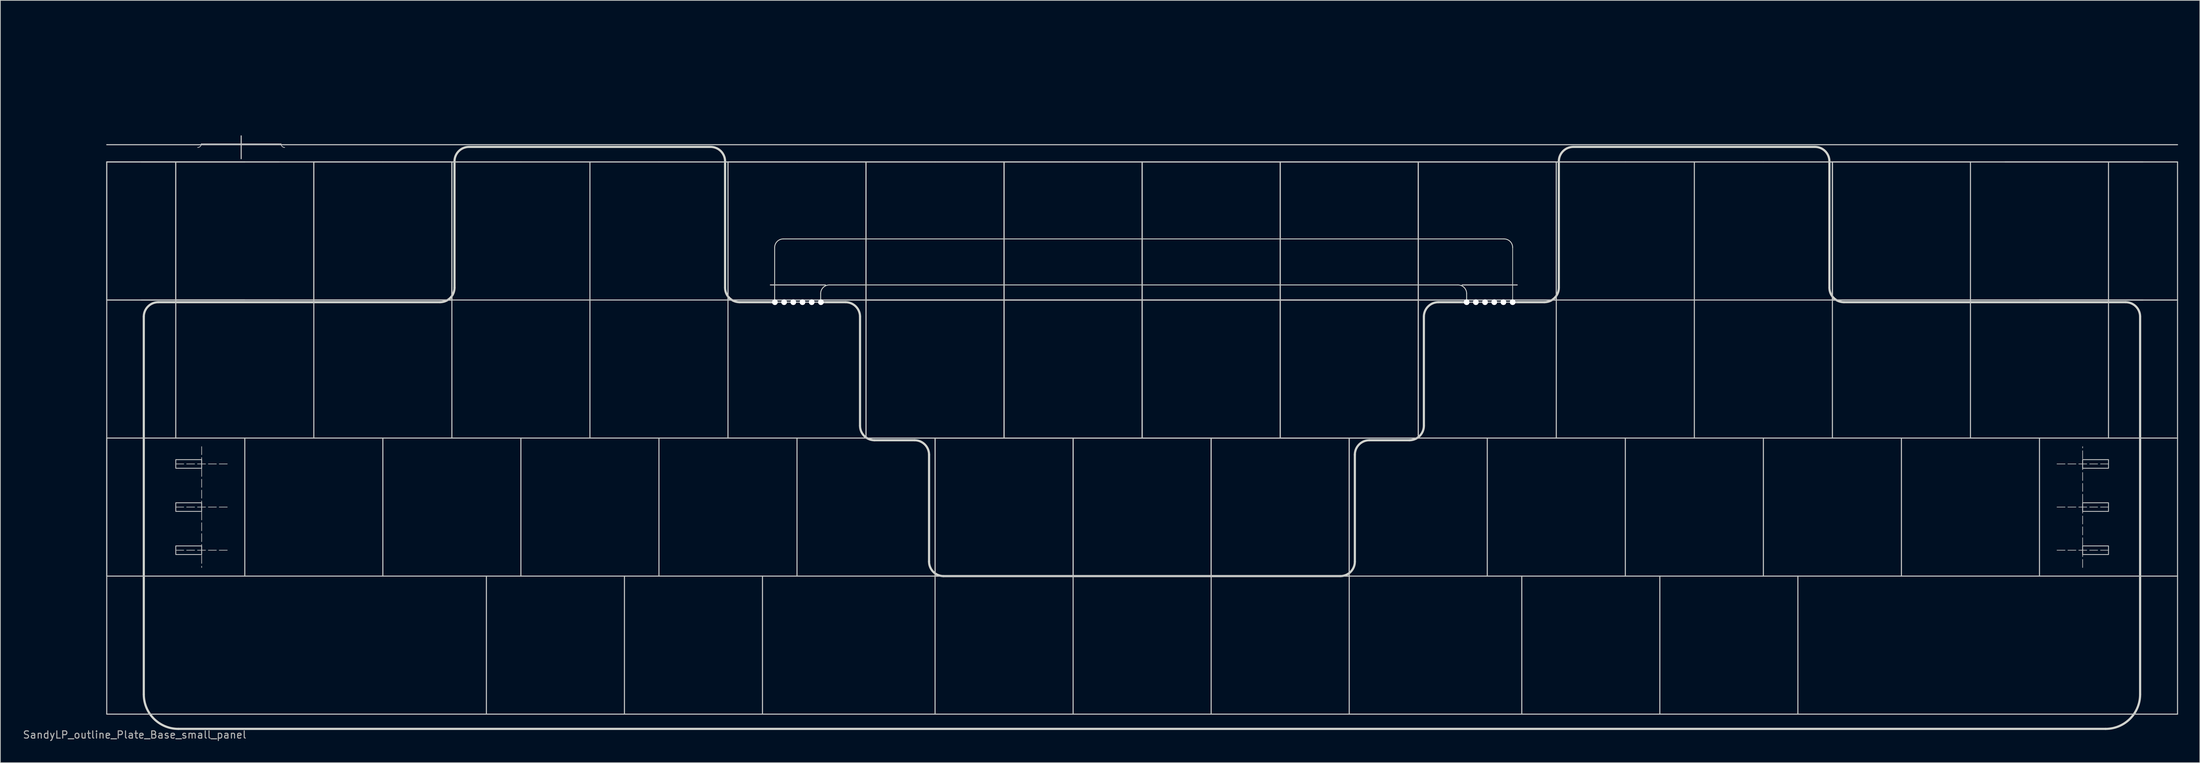
<source format=kicad_pcb>
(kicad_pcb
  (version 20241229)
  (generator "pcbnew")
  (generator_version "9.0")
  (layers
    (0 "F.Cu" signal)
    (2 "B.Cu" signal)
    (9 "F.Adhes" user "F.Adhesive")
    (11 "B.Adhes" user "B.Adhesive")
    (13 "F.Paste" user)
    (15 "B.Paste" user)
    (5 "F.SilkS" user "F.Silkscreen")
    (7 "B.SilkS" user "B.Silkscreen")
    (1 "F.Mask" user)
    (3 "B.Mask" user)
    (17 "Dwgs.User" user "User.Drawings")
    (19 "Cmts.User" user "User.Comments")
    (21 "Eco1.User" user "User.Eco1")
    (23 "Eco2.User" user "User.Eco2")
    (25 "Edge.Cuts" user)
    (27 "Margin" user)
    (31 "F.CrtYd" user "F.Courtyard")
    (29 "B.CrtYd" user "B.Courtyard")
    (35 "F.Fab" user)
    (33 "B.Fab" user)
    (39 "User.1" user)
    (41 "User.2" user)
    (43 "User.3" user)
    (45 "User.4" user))
  (footprint "SandyLP_outline_Plate_Base_small_panel"
    (layer "F.Cu")
    (at 11.68 0.25)
    (property "Reference" "SandyLP_outline_Plate_Base_small_panel" (at 3.85 98.1 0) (layer "F.Fab") (effects (font (size 1 1) (thickness 0.15))))
    (attr through_hole)
    (fp_rect (start 9.525 60.127) (end 13.097 61.317) (stroke (width 0.1) (type solid)) (fill yes) (layer "F.Mask"))
    (fp_rect (start 9.525 66.08) (end 13.097 67.27) (stroke (width 0.1) (type solid)) (fill yes) (layer "F.Mask"))
    (fp_rect (start 9.525 72.033) (end 13.097 73.223) (stroke (width 0.1) (type solid)) (fill yes) (layer "F.Mask"))
    (fp_rect (start 276.225 61.317) (end 272.653 60.127) (stroke (width 0.1) (type solid)) (fill yes) (layer "F.Mask"))
    (fp_rect (start 276.225 67.27) (end 272.653 66.08) (stroke (width 0.1) (type solid)) (fill yes) (layer "F.Mask"))
    (fp_rect (start 276.225 73.223) (end 272.653 72.033) (stroke (width 0.1) (type solid)) (fill yes) (layer "F.Mask"))
    (fp_rect (start 9.525 60.127) (end 13.097 61.343) (stroke (width 0.1) (type solid)) (fill yes) (layer "B.Mask"))
    (fp_rect (start 9.525 66.08) (end 13.097 67.296) (stroke (width 0.1) (type solid)) (fill yes) (layer "B.Mask"))
    (fp_rect (start 9.525 72.033) (end 13.097 73.249) (stroke (width 0.1) (type solid)) (fill yes) (layer "B.Mask"))
    (fp_rect (start 276.225 61.317) (end 272.653 60.101) (stroke (width 0.1) (type solid)) (fill yes) (layer "B.Mask"))
    (fp_rect (start 276.225 67.27) (end 272.653 66.054) (stroke (width 0.1) (type solid)) (fill yes) (layer "B.Mask"))
    (fp_rect (start 276.225 73.223) (end 272.653 72.007) (stroke (width 0.1) (type solid)) (fill yes) (layer "B.Mask"))
    (fp_line (start 0 19.05) (end 0 38.1) (stroke (width 0.15) (type solid)) (layer "Dwgs.User"))
    (fp_line (start 0 19.05) (end 0 38.1) (stroke (width 0.15) (type solid)) (layer "Dwgs.User"))
    (fp_line (start 0 38.1) (end 19.05 38.1) (stroke (width 0.15) (type solid)) (layer "Dwgs.User"))
    (fp_line (start 0 57.15) (end 0 38.1) (stroke (width 0.15) (type solid)) (layer "Dwgs.User"))
    (fp_line (start 0 57.15) (end 104.775 57.15) (stroke (width 0.15) (type solid)) (layer "Dwgs.User"))
    (fp_line (start 0 76.2) (end 0 57.15) (stroke (width 0.15) (type solid)) (layer "Dwgs.User"))
    (fp_line (start 0 76.2) (end 0 57.15) (stroke (width 0.15) (type solid)) (layer "Dwgs.User"))
    (fp_line (start 0 76.2) (end 0 95.25) (stroke (width 0.15) (type solid)) (layer "Dwgs.User"))
    (fp_line (start 0 95.25) (end 285.75 95.25) (stroke (width 0.15) (type solid)) (layer "Dwgs.User"))
    (fp_line (start 4.763 19.05) (end 23.812 19.05) (stroke (width 0.15) (type solid)) (layer "Dwgs.User"))
    (fp_line (start 9.525 38.1) (end 9.525 19.05) (stroke (width 0.15) (type solid)) (layer "Dwgs.User"))
    (fp_line (start 9.525 38.1) (end 9.525 19.05) (stroke (width 0.15) (type solid)) (layer "Dwgs.User"))
    (fp_line (start 9.525 38.1) (end 9.525 57.15) (stroke (width 0.15) (type solid)) (layer "Dwgs.User"))
    (fp_line (start 13.05 16.55) (end 24.05 16.55) (stroke (width 0.1) (type solid)) (layer "Dwgs.User"))
    (fp_line (start 18.55 15.45) (end 18.55 18.6) (stroke (width 0.15) (type solid)) (layer "Dwgs.User"))
    (fp_line (start 19.05 19.05) (end 0 19.05) (stroke (width 0.15) (type solid)) (layer "Dwgs.User"))
    (fp_line (start 19.05 19.05) (end 0 19.05) (stroke (width 0.15) (type solid)) (layer "Dwgs.User"))
    (fp_line (start 19.05 38.1) (end 0 38.1) (stroke (width 0.15) (type solid)) (layer "Dwgs.User"))
    (fp_line (start 19.05 57.15) (end 19.05 76.2) (stroke (width 0.15) (type solid)) (layer "Dwgs.User"))
    (fp_line (start 23.812 38.1) (end 4.763 38.1) (stroke (width 0.15) (type solid)) (layer "Dwgs.User"))
    (fp_line (start 28.575 19.05) (end 47.625 19.05) (stroke (width 0.15) (type solid)) (layer "Dwgs.User"))
    (fp_line (start 28.575 38.1) (end 9.525 38.1) (stroke (width 0.15) (type solid)) (layer "Dwgs.User"))
    (fp_line (start 28.575 38.1) (end 9.525 38.1) (stroke (width 0.15) (type solid)) (layer "Dwgs.User"))
    (fp_line (start 28.575 38.1) (end 9.525 38.1) (stroke (width 0.15) (type solid)) (layer "Dwgs.User"))
    (fp_line (start 28.575 38.1) (end 28.575 19.05) (stroke (width 0.15) (type solid)) (layer "Dwgs.User"))
    (fp_line (start 28.575 38.1) (end 28.575 19.05) (stroke (width 0.15) (type solid)) (layer "Dwgs.User"))
    (fp_line (start 28.575 38.1) (end 28.575 57.15) (stroke (width 0.15) (type solid)) (layer "Dwgs.User"))
    (fp_line (start 38.1 19.05) (end 19.05 19.05) (stroke (width 0.15) (type solid)) (layer "Dwgs.User"))
    (fp_line (start 38.1 57.15) (end 38.1 76.2) (stroke (width 0.15) (type solid)) (layer "Dwgs.User"))
    (fp_line (start 47.625 19.05) (end 47.625 38.1) (stroke (width 0.15) (type solid)) (layer "Dwgs.User"))
    (fp_line (start 47.625 19.05) (end 47.625 38.1) (stroke (width 0.15) (type solid)) (layer "Dwgs.User"))
    (fp_line (start 47.625 19.05) (end 47.625 38.1) (stroke (width 0.15) (type solid)) (layer "Dwgs.User"))
    (fp_line (start 47.625 38.1) (end 28.575 38.1) (stroke (width 0.15) (type solid)) (layer "Dwgs.User"))
    (fp_line (start 47.625 38.1) (end 28.575 38.1) (stroke (width 0.15) (type solid)) (layer "Dwgs.User"))
    (fp_line (start 47.625 38.1) (end 28.575 38.1) (stroke (width 0.15) (type solid)) (layer "Dwgs.User"))
    (fp_line (start 47.625 38.1) (end 47.625 57.15) (stroke (width 0.15) (type solid)) (layer "Dwgs.User"))
    (fp_line (start 47.625 38.1) (end 85.725 38.1) (stroke (width 0.15) (type solid)) (layer "Dwgs.User"))
    (fp_line (start 52.388 76.2) (end 52.388 95.25) (stroke (width 0.15) (type solid)) (layer "Dwgs.User"))
    (fp_line (start 57.15 19.05) (end 38.1 19.05) (stroke (width 0.15) (type solid)) (layer "Dwgs.User"))
    (fp_line (start 57.15 57.15) (end 57.15 76.2) (stroke (width 0.15) (type solid)) (layer "Dwgs.User"))
    (fp_line (start 66.675 19.05) (end 66.675 38.1) (stroke (width 0.15) (type solid)) (layer "Dwgs.User"))
    (fp_line (start 66.675 38.1) (end 66.675 57.15) (stroke (width 0.15) (type solid)) (layer "Dwgs.User"))
    (fp_line (start 71.438 76.2) (end 71.438 95.25) (stroke (width 0.15) (type solid)) (layer "Dwgs.User"))
    (fp_line (start 76.2 19.05) (end 57.15 19.05) (stroke (width 0.15) (type solid)) (layer "Dwgs.User"))
    (fp_line (start 76.2 57.15) (end 76.2 76.2) (stroke (width 0.15) (type solid)) (layer "Dwgs.User"))
    (fp_line (start 85.725 19.05) (end 104.775 19.05) (stroke (width 0.15) (type solid)) (layer "Dwgs.User"))
    (fp_line (start 85.725 38.1) (end 85.725 19.05) (stroke (width 0.15) (type solid)) (layer "Dwgs.User"))
    (fp_line (start 85.725 38.1) (end 85.725 19.05) (stroke (width 0.15) (type solid)) (layer "Dwgs.User"))
    (fp_line (start 85.725 38.1) (end 85.725 57.15) (stroke (width 0.15) (type solid)) (layer "Dwgs.User"))
    (fp_line (start 90.487 76.2) (end 90.487 95.25) (stroke (width 0.15) (type solid)) (layer "Dwgs.User"))
    (fp_line (start 95.25 19.05) (end 76.2 19.05) (stroke (width 0.15) (type solid)) (layer "Dwgs.User"))
    (fp_line (start 95.25 57.15) (end 95.25 76.2) (stroke (width 0.15) (type solid)) (layer "Dwgs.User"))
    (fp_line (start 99.175 36.019) (end 91.575 36.019) (stroke (width 0.15) (type solid)) (layer "Dwgs.User"))
    (fp_line (start 99.175 38.4) (end 91.575 38.4) (stroke (width 0.15) (type solid)) (layer "Dwgs.User"))
    (fp_line (start 104.775 19.05) (end 104.775 38.1) (stroke (width 0.15) (type solid)) (layer "Dwgs.User"))
    (fp_line (start 104.775 19.05) (end 123.825 19.05) (stroke (width 0.15) (type solid)) (layer "Dwgs.User"))
    (fp_line (start 104.775 38.1) (end 85.725 38.1) (stroke (width 0.15) (type solid)) (layer "Dwgs.User"))
    (fp_line (start 104.775 38.1) (end 85.725 38.1) (stroke (width 0.15) (type solid)) (layer "Dwgs.User"))
    (fp_line (start 104.775 38.1) (end 104.775 19.05) (stroke (width 0.15) (type solid)) (layer "Dwgs.User"))
    (fp_line (start 104.775 38.1) (end 104.775 19.05) (stroke (width 0.15) (type solid)) (layer "Dwgs.User"))
    (fp_line (start 104.775 38.1) (end 123.825 38.1) (stroke (width 0.15) (type solid)) (layer "Dwgs.User"))
    (fp_line (start 104.775 38.1) (end 123.825 38.1) (stroke (width 0.15) (type solid)) (layer "Dwgs.User"))
    (fp_line (start 104.775 57.15) (end 104.775 38.1) (stroke (width 0.15) (type solid)) (layer "Dwgs.User"))
    (fp_line (start 104.775 57.15) (end 104.775 38.1) (stroke (width 0.15) (type solid)) (layer "Dwgs.User"))
    (fp_line (start 114.3 19.05) (end 95.25 19.05) (stroke (width 0.15) (type solid)) (layer "Dwgs.User"))
    (fp_line (start 114.3 57.15) (end 133.35 57.15) (stroke (width 0.15) (type solid)) (layer "Dwgs.User"))
    (fp_line (start 114.3 57.15) (end 133.35 57.15) (stroke (width 0.15) (type solid)) (layer "Dwgs.User"))
    (fp_line (start 114.3 76.2) (end 0 76.2) (stroke (width 0.15) (type solid)) (layer "Dwgs.User"))
    (fp_line (start 114.3 76.2) (end 114.3 57.15) (stroke (width 0.15) (type solid)) (layer "Dwgs.User"))
    (fp_line (start 114.3 76.2) (end 114.3 57.15) (stroke (width 0.15) (type solid)) (layer "Dwgs.User"))
    (fp_line (start 114.3 76.2) (end 114.3 95.25) (stroke (width 0.15) (type solid)) (layer "Dwgs.User"))
    (fp_line (start 114.3 76.2) (end 133.35 76.2) (stroke (width 0.15) (type solid)) (layer "Dwgs.User"))
    (fp_line (start 123.825 19.05) (end 123.825 38.1) (stroke (width 0.15) (type solid)) (layer "Dwgs.User"))
    (fp_line (start 123.825 19.05) (end 123.825 38.1) (stroke (width 0.15) (type solid)) (layer "Dwgs.User"))
    (fp_line (start 123.825 19.05) (end 142.875 19.05) (stroke (width 0.15) (type solid)) (layer "Dwgs.User"))
    (fp_line (start 123.825 38.1) (end 104.775 38.1) (stroke (width 0.15) (type solid)) (layer "Dwgs.User"))
    (fp_line (start 123.825 38.1) (end 104.775 38.1) (stroke (width 0.15) (type solid)) (layer "Dwgs.User"))
    (fp_line (start 123.825 38.1) (end 123.825 19.05) (stroke (width 0.15) (type solid)) (layer "Dwgs.User"))
    (fp_line (start 123.825 38.1) (end 123.825 57.15) (stroke (width 0.15) (type solid)) (layer "Dwgs.User"))
    (fp_line (start 123.825 38.1) (end 142.875 38.1) (stroke (width 0.15) (type solid)) (layer "Dwgs.User"))
    (fp_line (start 123.825 38.1) (end 142.875 38.1) (stroke (width 0.15) (type solid)) (layer "Dwgs.User"))
    (fp_line (start 123.825 57.15) (end 104.775 57.15) (stroke (width 0.15) (type solid)) (layer "Dwgs.User"))
    (fp_line (start 123.825 57.15) (end 104.775 57.15) (stroke (width 0.15) (type solid)) (layer "Dwgs.User"))
    (fp_line (start 123.825 57.15) (end 123.825 38.1) (stroke (width 0.15) (type solid)) (layer "Dwgs.User"))
    (fp_line (start 123.825 57.15) (end 123.825 38.1) (stroke (width 0.15) (type solid)) (layer "Dwgs.User"))
    (fp_line (start 133.35 19.05) (end 114.3 19.05) (stroke (width 0.15) (type solid)) (layer "Dwgs.User"))
    (fp_line (start 133.35 57.15) (end 133.35 76.2) (stroke (width 0.15) (type solid)) (layer "Dwgs.User"))
    (fp_line (start 133.35 57.15) (end 152.4 57.15) (stroke (width 0.15) (type solid)) (layer "Dwgs.User"))
    (fp_line (start 133.35 57.15) (end 152.4 57.15) (stroke (width 0.15) (type solid)) (layer "Dwgs.User"))
    (fp_line (start 133.35 76.2) (end 114.3 76.2) (stroke (width 0.15) (type solid)) (layer "Dwgs.User"))
    (fp_line (start 133.35 76.2) (end 114.3 76.2) (stroke (width 0.15) (type solid)) (layer "Dwgs.User"))
    (fp_line (start 133.35 76.2) (end 133.35 57.15) (stroke (width 0.15) (type solid)) (layer "Dwgs.User"))
    (fp_line (start 133.35 76.2) (end 133.35 57.15) (stroke (width 0.15) (type solid)) (layer "Dwgs.User"))
    (fp_line (start 133.35 76.2) (end 133.35 95.25) (stroke (width 0.15) (type solid)) (layer "Dwgs.User"))
    (fp_line (start 142.875 19.05) (end 142.875 38.1) (stroke (width 0.15) (type solid)) (layer "Dwgs.User"))
    (fp_line (start 142.875 19.05) (end 142.875 38.1) (stroke (width 0.15) (type solid)) (layer "Dwgs.User"))
    (fp_line (start 142.875 19.05) (end 161.925 19.05) (stroke (width 0.15) (type solid)) (layer "Dwgs.User"))
    (fp_line (start 142.875 38.1) (end 123.825 38.1) (stroke (width 0.15) (type solid)) (layer "Dwgs.User"))
    (fp_line (start 142.875 38.1) (end 123.825 38.1) (stroke (width 0.15) (type solid)) (layer "Dwgs.User"))
    (fp_line (start 142.875 38.1) (end 142.875 19.05) (stroke (width 0.15) (type solid)) (layer "Dwgs.User"))
    (fp_line (start 142.875 38.1) (end 142.875 57.15) (stroke (width 0.15) (type solid)) (layer "Dwgs.User"))
    (fp_line (start 142.875 38.1) (end 161.925 38.1) (stroke (width 0.15) (type solid)) (layer "Dwgs.User"))
    (fp_line (start 142.875 38.1) (end 161.925 38.1) (stroke (width 0.15) (type solid)) (layer "Dwgs.User"))
    (fp_line (start 142.875 57.15) (end 123.825 57.15) (stroke (width 0.15) (type solid)) (layer "Dwgs.User"))
    (fp_line (start 142.875 57.15) (end 123.825 57.15) (stroke (width 0.15) (type solid)) (layer "Dwgs.User"))
    (fp_line (start 142.875 57.15) (end 142.875 38.1) (stroke (width 0.15) (type solid)) (layer "Dwgs.User"))
    (fp_line (start 142.875 57.15) (end 142.875 38.1) (stroke (width 0.15) (type solid)) (layer "Dwgs.User"))
    (fp_line (start 152.4 19.05) (end 133.35 19.05) (stroke (width 0.15) (type solid)) (layer "Dwgs.User"))
    (fp_line (start 152.4 57.15) (end 152.4 76.2) (stroke (width 0.15) (type solid)) (layer "Dwgs.User"))
    (fp_line (start 152.4 57.15) (end 171.45 57.15) (stroke (width 0.15) (type solid)) (layer "Dwgs.User"))
    (fp_line (start 152.4 57.15) (end 171.45 57.15) (stroke (width 0.15) (type solid)) (layer "Dwgs.User"))
    (fp_line (start 152.4 76.2) (end 133.35 76.2) (stroke (width 0.15) (type solid)) (layer "Dwgs.User"))
    (fp_line (start 152.4 76.2) (end 133.35 76.2) (stroke (width 0.15) (type solid)) (layer "Dwgs.User"))
    (fp_line (start 152.4 76.2) (end 152.4 57.15) (stroke (width 0.15) (type solid)) (layer "Dwgs.User"))
    (fp_line (start 152.4 76.2) (end 152.4 57.15) (stroke (width 0.15) (type solid)) (layer "Dwgs.User"))
    (fp_line (start 152.4 76.2) (end 152.4 95.25) (stroke (width 0.15) (type solid)) (layer "Dwgs.User"))
    (fp_line (start 161.925 19.05) (end 161.925 38.1) (stroke (width 0.15) (type solid)) (layer "Dwgs.User"))
    (fp_line (start 161.925 19.05) (end 180.975 19.05) (stroke (width 0.15) (type solid)) (layer "Dwgs.User"))
    (fp_line (start 161.925 38.1) (end 142.875 38.1) (stroke (width 0.15) (type solid)) (layer "Dwgs.User"))
    (fp_line (start 161.925 38.1) (end 142.875 38.1) (stroke (width 0.15) (type solid)) (layer "Dwgs.User"))
    (fp_line (start 161.925 38.1) (end 161.925 19.05) (stroke (width 0.15) (type solid)) (layer "Dwgs.User"))
    (fp_line (start 161.925 38.1) (end 161.925 19.05) (stroke (width 0.15) (type solid)) (layer "Dwgs.User"))
    (fp_line (start 161.925 38.1) (end 161.925 57.15) (stroke (width 0.15) (type solid)) (layer "Dwgs.User"))
    (fp_line (start 161.925 38.1) (end 180.975 38.1) (stroke (width 0.15) (type solid)) (layer "Dwgs.User"))
    (fp_line (start 161.925 38.1) (end 180.975 38.1) (stroke (width 0.15) (type solid)) (layer "Dwgs.User"))
    (fp_line (start 161.925 57.15) (end 142.875 57.15) (stroke (width 0.15) (type solid)) (layer "Dwgs.User"))
    (fp_line (start 161.925 57.15) (end 142.875 57.15) (stroke (width 0.15) (type solid)) (layer "Dwgs.User"))
    (fp_line (start 161.925 57.15) (end 161.925 38.1) (stroke (width 0.15) (type solid)) (layer "Dwgs.User"))
    (fp_line (start 161.925 57.15) (end 161.925 38.1) (stroke (width 0.15) (type solid)) (layer "Dwgs.User"))
    (fp_line (start 171.45 19.05) (end 152.4 19.05) (stroke (width 0.15) (type solid)) (layer "Dwgs.User"))
    (fp_line (start 171.45 57.15) (end 171.45 76.2) (stroke (width 0.15) (type solid)) (layer "Dwgs.User"))
    (fp_line (start 171.45 57.15) (end 171.45 76.2) (stroke (width 0.15) (type solid)) (layer "Dwgs.User"))
    (fp_line (start 171.45 76.2) (end 152.4 76.2) (stroke (width 0.15) (type solid)) (layer "Dwgs.User"))
    (fp_line (start 171.45 76.2) (end 152.4 76.2) (stroke (width 0.15) (type solid)) (layer "Dwgs.User"))
    (fp_line (start 171.45 76.2) (end 171.45 95.25) (stroke (width 0.15) (type solid)) (layer "Dwgs.User"))
    (fp_line (start 171.45 76.2) (end 285.75 76.2) (stroke (width 0.15) (type solid)) (layer "Dwgs.User"))
    (fp_line (start 180.975 19.05) (end 180.975 38.1) (stroke (width 0.15) (type solid)) (layer "Dwgs.User"))
    (fp_line (start 180.975 19.05) (end 180.975 38.1) (stroke (width 0.15) (type solid)) (layer "Dwgs.User"))
    (fp_line (start 180.975 19.05) (end 200.025 19.05) (stroke (width 0.15) (type solid)) (layer "Dwgs.User"))
    (fp_line (start 180.975 38.1) (end 161.925 38.1) (stroke (width 0.15) (type solid)) (layer "Dwgs.User"))
    (fp_line (start 180.975 38.1) (end 161.925 38.1) (stroke (width 0.15) (type solid)) (layer "Dwgs.User"))
    (fp_line (start 180.975 38.1) (end 180.975 19.05) (stroke (width 0.15) (type solid)) (layer "Dwgs.User"))
    (fp_line (start 180.975 38.1) (end 180.975 57.15) (stroke (width 0.15) (type solid)) (layer "Dwgs.User"))
    (fp_line (start 180.975 38.1) (end 180.975 57.15) (stroke (width 0.15) (type solid)) (layer "Dwgs.User"))
    (fp_line (start 180.975 57.15) (end 161.925 57.15) (stroke (width 0.15) (type solid)) (layer "Dwgs.User"))
    (fp_line (start 180.975 57.15) (end 161.925 57.15) (stroke (width 0.15) (type solid)) (layer "Dwgs.User"))
    (fp_line (start 180.975 57.15) (end 285.75 57.15) (stroke (width 0.15) (type solid)) (layer "Dwgs.User"))
    (fp_line (start 190.5 19.05) (end 171.45 19.05) (stroke (width 0.15) (type solid)) (layer "Dwgs.User"))
    (fp_line (start 190.5 57.15) (end 190.5 76.2) (stroke (width 0.15) (type solid)) (layer "Dwgs.User"))
    (fp_line (start 194.628 36.019) (end 187.028 36.019) (stroke (width 0.15) (type solid)) (layer "Dwgs.User"))
    (fp_line (start 194.628 38.4) (end 187.028 38.4) (stroke (width 0.15) (type solid)) (layer "Dwgs.User"))
    (fp_line (start 195.262 76.2) (end 195.262 95.25) (stroke (width 0.15) (type solid)) (layer "Dwgs.User"))
    (fp_line (start 200.025 19.05) (end 200.025 38.1) (stroke (width 0.15) (type solid)) (layer "Dwgs.User"))
    (fp_line (start 200.025 19.05) (end 200.025 38.1) (stroke (width 0.15) (type solid)) (layer "Dwgs.User"))
    (fp_line (start 200.025 38.1) (end 180.975 38.1) (stroke (width 0.15) (type solid)) (layer "Dwgs.User"))
    (fp_line (start 200.025 38.1) (end 180.975 38.1) (stroke (width 0.15) (type solid)) (layer "Dwgs.User"))
    (fp_line (start 200.025 38.1) (end 200.025 57.15) (stroke (width 0.15) (type solid)) (layer "Dwgs.User"))
    (fp_line (start 200.025 38.1) (end 238.125 38.1) (stroke (width 0.15) (type solid)) (layer "Dwgs.User"))
    (fp_line (start 209.55 19.05) (end 190.5 19.05) (stroke (width 0.15) (type solid)) (layer "Dwgs.User"))
    (fp_line (start 209.55 57.15) (end 209.55 76.2) (stroke (width 0.15) (type solid)) (layer "Dwgs.User"))
    (fp_line (start 214.312 76.2) (end 214.312 95.25) (stroke (width 0.15) (type solid)) (layer "Dwgs.User"))
    (fp_line (start 219.075 19.05) (end 219.075 38.1) (stroke (width 0.15) (type solid)) (layer "Dwgs.User"))
    (fp_line (start 219.075 38.1) (end 219.075 57.15) (stroke (width 0.15) (type solid)) (layer "Dwgs.User"))
    (fp_line (start 228.6 19.05) (end 209.55 19.05) (stroke (width 0.15) (type solid)) (layer "Dwgs.User"))
    (fp_line (start 228.6 57.15) (end 228.6 76.2) (stroke (width 0.15) (type solid)) (layer "Dwgs.User"))
    (fp_line (start 233.363 76.2) (end 233.363 95.25) (stroke (width 0.15) (type solid)) (layer "Dwgs.User"))
    (fp_line (start 238.125 19.05) (end 238.125 38.1) (stroke (width 0.15) (type solid)) (layer "Dwgs.User"))
    (fp_line (start 238.125 19.05) (end 257.175 19.05) (stroke (width 0.15) (type solid)) (layer "Dwgs.User"))
    (fp_line (start 238.125 38.1) (end 238.125 19.05) (stroke (width 0.15) (type solid)) (layer "Dwgs.User"))
    (fp_line (start 238.125 38.1) (end 238.125 19.05) (stroke (width 0.15) (type solid)) (layer "Dwgs.User"))
    (fp_line (start 238.125 38.1) (end 238.125 57.15) (stroke (width 0.15) (type solid)) (layer "Dwgs.User"))
    (fp_line (start 238.125 38.1) (end 257.175 38.1) (stroke (width 0.15) (type solid)) (layer "Dwgs.User"))
    (fp_line (start 247.65 19.05) (end 228.6 19.05) (stroke (width 0.15) (type solid)) (layer "Dwgs.User"))
    (fp_line (start 247.65 57.15) (end 247.65 76.2) (stroke (width 0.15) (type solid)) (layer "Dwgs.User"))
    (fp_line (start 257.175 19.05) (end 257.175 38.1) (stroke (width 0.15) (type solid)) (layer "Dwgs.User"))
    (fp_line (start 257.175 38.1) (end 238.125 38.1) (stroke (width 0.15) (type solid)) (layer "Dwgs.User"))
    (fp_line (start 257.175 38.1) (end 238.125 38.1) (stroke (width 0.15) (type solid)) (layer "Dwgs.User"))
    (fp_line (start 257.175 38.1) (end 257.175 57.15) (stroke (width 0.15) (type solid)) (layer "Dwgs.User"))
    (fp_line (start 257.175 38.1) (end 276.225 38.1) (stroke (width 0.15) (type solid)) (layer "Dwgs.User"))
    (fp_line (start 261.938 19.05) (end 280.988 19.05) (stroke (width 0.15) (type solid)) (layer "Dwgs.User"))
    (fp_line (start 266.7 19.05) (end 247.65 19.05) (stroke (width 0.15) (type solid)) (layer "Dwgs.User"))
    (fp_line (start 266.7 57.15) (end 266.7 76.2) (stroke (width 0.15) (type solid)) (layer "Dwgs.User"))
    (fp_line (start 276.225 38.1) (end 257.175 38.1) (stroke (width 0.15) (type solid)) (layer "Dwgs.User"))
    (fp_line (start 276.225 38.1) (end 276.225 19.05) (stroke (width 0.15) (type solid)) (layer "Dwgs.User"))
    (fp_line (start 276.225 38.1) (end 276.225 57.15) (stroke (width 0.15) (type solid)) (layer "Dwgs.User"))
    (fp_line (start 280.988 38.1) (end 257.175 38.1) (stroke (width 0.15) (type solid)) (layer "Dwgs.User"))
    (fp_line (start 285.75 16.669) (end 0 16.669) (stroke (width 0.15) (type solid)) (layer "Dwgs.User"))
    (fp_line (start 285.75 19.05) (end 0 19.05) (stroke (width 0.15) (type solid)) (layer "Dwgs.User"))
    (fp_line (start 285.75 19.05) (end 266.7 19.05) (stroke (width 0.15) (type solid)) (layer "Dwgs.User"))
    (fp_line (start 285.75 19.05) (end 285.75 38.1) (stroke (width 0.15) (type solid)) (layer "Dwgs.User"))
    (fp_line (start 285.75 38.1) (end 266.7 38.1) (stroke (width 0.15) (type solid)) (layer "Dwgs.User"))
    (fp_line (start 285.75 38.1) (end 266.7 38.1) (stroke (width 0.15) (type solid)) (layer "Dwgs.User"))
    (fp_line (start 285.75 38.1) (end 285.75 57.15) (stroke (width 0.15) (type solid)) (layer "Dwgs.User"))
    (fp_line (start 285.75 57.15) (end 285.75 76.2) (stroke (width 0.15) (type solid)) (layer "Dwgs.User"))
    (fp_line (start 285.75 95.25) (end 285.75 76.2) (stroke (width 0.15) (type solid)) (layer "Dwgs.User"))
    (fp_rect (start 9.525 60.127) (end 13.097 61.317) (stroke (width 0.12) (type default)) (fill no) (layer "Dwgs.User"))
    (fp_rect (start 9.525 66.08) (end 13.097 67.27) (stroke (width 0.12) (type default)) (fill no) (layer "Dwgs.User"))
    (fp_rect (start 9.525 72.033) (end 13.097 73.223) (stroke (width 0.12) (type default)) (fill no) (layer "Dwgs.User"))
    (fp_rect (start 276.225 61.317) (end 272.653 60.127) (stroke (width 0.12) (type default)) (fill no) (layer "Dwgs.User"))
    (fp_rect (start 276.225 67.27) (end 272.653 66.08) (stroke (width 0.12) (type default)) (fill no) (layer "Dwgs.User"))
    (fp_rect (start 276.225 73.223) (end 272.653 72.033) (stroke (width 0.12) (type default)) (fill no) (layer "Dwgs.User"))
    (fp_arc (start 13.05 16.55) (mid 12.903553 16.903553) (end 12.55 17.05) (stroke (width 0.1) (type solid)) (layer "Dwgs.User"))
    (fp_arc (start 24.55 17.05) (mid 24.196447 16.903553) (end 24.05 16.55) (stroke (width 0.1) (type solid)) (layer "Dwgs.User"))
    (fp_arc (start 88.34 37.54996) (mid 86.925778 36.964175) (end 86.34 35.54996) (stroke (width 0.3) (type solid)) (layer "Eco1.User"))
    (fp_line (start 5.013 35.786) (end 5.013 21.731) (stroke (width 0.3) (type solid)) (layer "Eco2.User"))
    (fp_line (start 7.013 37.786) (end 45.3 37.8) (stroke (width 0.3) (type solid)) (layer "Eco2.User"))
    (fp_line (start 9.775 16.969) (end 45.31 16.969) (stroke (width 0.3) (type solid)) (layer "Eco2.User"))
    (fp_line (start 47.3 35.8) (end 47.31 18.969) (stroke (width 0.3) (type solid)) (layer "Eco2.User"))
    (fp_line (start 86.34 35.55) (end 86.34 18.969) (stroke (width 0.3) (type solid)) (layer "Eco2.User"))
    (fp_line (start 88.34 37.55) (end 103.4 37.55) (stroke (width 0.3) (type solid)) (layer "Eco2.User"))
    (fp_line (start 105.4 54.55) (end 105.4 39.55) (stroke (width 0.3) (type solid)) (layer "Eco2.User"))
    (fp_line (start 107.4 56.55) (end 112.925 56.55) (stroke (width 0.3) (type solid)) (layer "Eco2.User"))
    (fp_line (start 114.925 73.625) (end 114.925 58.55) (stroke (width 0.3) (type solid)) (layer "Eco2.User"))
    (fp_line (start 116.925 75.625) (end 168.85 75.621) (stroke (width 0.3) (type solid)) (layer "Eco2.User"))
    (fp_line (start 170.85 73.621) (end 170.85 58.489) (stroke (width 0.3) (type solid)) (layer "Eco2.User"))
    (fp_line (start 172.85 56.489) (end 178.35 56.479) (stroke (width 0.3) (type solid)) (layer "Eco2.User"))
    (fp_line (start 180.35 54.479) (end 180.35 39.472) (stroke (width 0.3) (type solid)) (layer "Eco2.User"))
    (fp_line (start 182.35 37.472) (end 197.43 37.462) (stroke (width 0.3) (type solid)) (layer "Eco2.User"))
    (fp_line (start 197.43 16.969) (end 88.34 16.969) (stroke (width 0.3) (type solid)) (layer "Eco2.User"))
    (fp_line (start 199.43 35.462) (end 199.43 18.969) (stroke (width 0.3) (type solid)) (layer "Eco2.User"))
    (fp_line (start 238.45 35.8) (end 238.44 18.969) (stroke (width 0.3) (type solid)) (layer "Eco2.User"))
    (fp_line (start 275.975 16.969) (end 240.44 16.969) (stroke (width 0.3) (type solid)) (layer "Eco2.User"))
    (fp_line (start 278.738 37.786) (end 240.45 37.8) (stroke (width 0.3) (type solid)) (layer "Eco2.User"))
    (fp_line (start 280.738 35.786) (end 280.738 21.731) (stroke (width 0.3) (type solid)) (layer "Eco2.User"))
    (fp_arc (start 5.0125 21.73121) (mid 6.407406 18.363617) (end 9.775 16.96871) (stroke (width 0.3) (type default)) (layer "Eco2.User"))
    (fp_arc (start 7.0125 37.785786) (mid 5.598304 37.199997) (end 5.0125 35.785786) (stroke (width 0.3) (type solid)) (layer "Eco2.User"))
    (fp_arc (start 45.31 16.96871) (mid 46.724222 17.554495) (end 47.31 18.96871) (stroke (width 0.3) (type solid)) (layer "Eco2.User"))
    (fp_arc (start 47.3 35.8) (mid 46.714226 37.214236) (end 45.3 37.8) (stroke (width 0.3) (type solid)) (layer "Eco2.User"))
    (fp_arc (start 86.34 18.96871) (mid 86.925789 17.554477) (end 88.34 16.96871) (stroke (width 0.3) (type solid)) (layer "Eco2.User"))
    (fp_arc (start 88.34 37.54996) (mid 86.925807 36.964146) (end 86.34 35.54996) (stroke (width 0.3) (type solid)) (layer "Eco2.User"))
    (fp_arc (start 103.4 37.54996) (mid 104.814205 38.135748) (end 105.4 39.54996) (stroke (width 0.3) (type solid)) (layer "Eco2.User"))
    (fp_arc (start 107.4 56.54996) (mid 105.985778 55.964175) (end 105.4 54.54996) (stroke (width 0.3) (type solid)) (layer "Eco2.User"))
    (fp_arc (start 112.925 56.54996) (mid 114.339205 57.135748) (end 114.925 58.54996) (stroke (width 0.3) (type solid)) (layer "Eco2.User"))
    (fp_arc (start 116.925 75.62496) (mid 115.510778 75.039175) (end 114.925 73.62496) (stroke (width 0.3) (type solid)) (layer "Eco2.User"))
    (fp_arc (start 170.85 58.489174) (mid 171.435808 57.075) (end 172.85 56.489174) (stroke (width 0.3) (type solid)) (layer "Eco2.User"))
    (fp_arc (start 170.85 73.620746) (mid 170.26418 75.034923) (end 168.85 75.620746) (stroke (width 0.3) (type solid)) (layer "Eco2.User"))
    (fp_arc (start 180.35 39.471532) (mid 180.935758 38.057291) (end 182.35 37.471532) (stroke (width 0.3) (type solid)) (layer "Eco2.User"))
    (fp_arc (start 180.35 54.479174) (mid 179.764235 55.893427) (end 178.35 56.479174) (stroke (width 0.3) (type solid)) (layer "Eco2.User"))
    (fp_arc (start 197.43 16.96871) (mid 198.844222 17.554495) (end 199.43 18.96871) (stroke (width 0.3) (type solid)) (layer "Eco2.User"))
    (fp_arc (start 199.43 35.461532) (mid 198.844185 36.875718) (end 197.43 37.461532) (stroke (width 0.3) (type solid)) (layer "Eco2.User"))
    (fp_arc (start 238.44 18.96871) (mid 239.025789 17.554477) (end 240.44 16.96871) (stroke (width 0.3) (type solid)) (layer "Eco2.User"))
    (fp_arc (start 240.45 37.8) (mid 239.035763 37.214218) (end 238.45 35.8) (stroke (width 0.3) (type solid)) (layer "Eco2.User"))
    (fp_arc (start 275.975 16.96871) (mid 279.342605 18.363612) (end 280.7375 21.73121) (stroke (width 0.3) (type default)) (layer "Eco2.User"))
    (fp_arc (start 280.7375 35.785786) (mid 280.151725 37.199996) (end 278.7375 37.785786) (stroke (width 0.3) (type solid)) (layer "Eco2.User"))
    (fp_line (start 5.112 92.519) (end 5.112 40.4) (stroke (width 0.3) (type solid)) (layer "Edge.Cuts"))
    (fp_line (start 7.112 38.4) (end 45.987 38.4) (stroke (width 0.3) (type solid)) (layer "Edge.Cuts"))
    (fp_line (start 47.987 18.969) (end 47.987 36.4) (stroke (width 0.3) (type solid)) (layer "Edge.Cuts"))
    (fp_line (start 49.987 16.969) (end 83.325 16.969) (stroke (width 0.3) (type solid)) (layer "Edge.Cuts"))
    (fp_line (start 85.325 18.969) (end 85.325 36.4) (stroke (width 0.3) (type solid)) (layer "Edge.Cuts"))
    (fp_line (start 87.325 38.4) (end 92.166 38.4) (stroke (width 0.3) (type solid)) (layer "Edge.Cuts"))
    (fp_line (start 92.166 30.859) (end 92.166 38.4) (stroke (width 0.12) (type solid)) (layer "Edge.Cuts"))
    (fp_line (start 98.516 37.209) (end 98.516 38.4) (stroke (width 0.12) (type solid)) (layer "Edge.Cuts"))
    (fp_line (start 98.516 38.4) (end 101.947 38.4) (stroke (width 0.3) (type solid)) (layer "Edge.Cuts"))
    (fp_line (start 99.706 36.019) (end 186.463 36.019) (stroke (width 0.12) (type solid)) (layer "Edge.Cuts"))
    (fp_line (start 103.947 40.4) (end 103.947 55.45) (stroke (width 0.3) (type solid)) (layer "Edge.Cuts"))
    (fp_line (start 105.947 57.45) (end 111.472 57.45) (stroke (width 0.3) (type solid)) (layer "Edge.Cuts"))
    (fp_line (start 113.472 59.45) (end 113.472 74.2) (stroke (width 0.3) (type solid)) (layer "Edge.Cuts"))
    (fp_line (start 170.228 76.2) (end 115.472 76.2) (stroke (width 0.3) (type solid)) (layer "Edge.Cuts"))
    (fp_line (start 172.228 59.45) (end 172.228 74.2) (stroke (width 0.3) (type solid)) (layer "Edge.Cuts"))
    (fp_line (start 179.753 57.45) (end 174.228 57.45) (stroke (width 0.3) (type solid)) (layer "Edge.Cuts"))
    (fp_line (start 181.753 40.4) (end 181.753 55.45) (stroke (width 0.3) (type solid)) (layer "Edge.Cuts"))
    (fp_line (start 187.653 37.209) (end 187.653 38.4) (stroke (width 0.12) (type solid)) (layer "Edge.Cuts"))
    (fp_line (start 187.653 38.4) (end 183.753 38.4) (stroke (width 0.3) (type solid)) (layer "Edge.Cuts"))
    (fp_line (start 192.813 29.669) (end 93.356 29.669) (stroke (width 0.12) (type solid)) (layer "Edge.Cuts"))
    (fp_line (start 194.003 38.4) (end 194.003 30.859) (stroke (width 0.1) (type solid)) (layer "Edge.Cuts"))
    (fp_line (start 198.375 38.4) (end 194.003 38.4) (stroke (width 0.3) (type solid)) (layer "Edge.Cuts"))
    (fp_line (start 200.375 18.969) (end 200.375 36.4) (stroke (width 0.3) (type solid)) (layer "Edge.Cuts"))
    (fp_line (start 235.713 16.969) (end 202.375 16.969) (stroke (width 0.3) (type solid)) (layer "Edge.Cuts"))
    (fp_line (start 237.713 18.969) (end 237.713 36.4) (stroke (width 0.3) (type solid)) (layer "Edge.Cuts"))
    (fp_line (start 275.825 97.281) (end 9.875 97.281) (stroke (width 0.3) (type solid)) (layer "Edge.Cuts"))
    (fp_line (start 278.587 38.4) (end 239.713 38.4) (stroke (width 0.3) (type solid)) (layer "Edge.Cuts"))
    (fp_line (start 280.587 40.4) (end 280.587 92.519) (stroke (width 0.3) (type solid)) (layer "Edge.Cuts"))
    (fp_arc (start 5.1125 40.39996) (mid 5.698286 38.985746) (end 7.1125 38.39996) (stroke (width 0.3) (type solid)) (layer "Edge.Cuts"))
    (fp_arc (start 9.875 97.28121) (mid 6.507404 95.886306) (end 5.1125 92.51871) (stroke (width 0.3) (type default)) (layer "Edge.Cuts"))
    (fp_arc (start 47.9875 18.96871) (mid 48.573286 17.554496) (end 49.9875 16.96871) (stroke (width 0.3) (type solid)) (layer "Edge.Cuts"))
    (fp_arc (start 47.9875 36.39996) (mid 47.401713 37.814173) (end 45.9875 38.39996) (stroke (width 0.3) (type solid)) (layer "Edge.Cuts"))
    (fp_arc (start 83.325 16.96871) (mid 84.739192 17.5545) (end 85.325 18.96871) (stroke (width 0.3) (type solid)) (layer "Edge.Cuts"))
    (fp_arc (start 87.325 38.39996) (mid 85.910787 37.814173) (end 85.325 36.39996) (stroke (width 0.3) (type solid)) (layer "Edge.Cuts"))
    (fp_arc (start 92.165554 30.859335) (mid 92.514252 30.017391) (end 93.356179 29.66871) (stroke (width 0.12) (type solid)) (layer "Edge.Cuts"))
    (fp_arc (start 98.515551 37.209335) (mid 98.864243 36.367399) (end 99.706179 36.018707) (stroke (width 0.12) (type solid)) (layer "Edge.Cuts"))
    (fp_arc (start 101.946875 38.39996) (mid 103.361088 38.985747) (end 103.946875 40.39996) (stroke (width 0.3) (type solid)) (layer "Edge.Cuts"))
    (fp_arc (start 105.946875 57.44996) (mid 104.532662 56.864173) (end 103.946875 55.44996) (stroke (width 0.3) (type solid)) (layer "Edge.Cuts"))
    (fp_arc (start 111.471875 57.44996) (mid 112.886088 58.035747) (end 113.471875 59.44996) (stroke (width 0.3) (type solid)) (layer "Edge.Cuts"))
    (fp_arc (start 115.471875 76.2) (mid 114.057665 75.614207) (end 113.471875 74.2) (stroke (width 0.3) (type solid)) (layer "Edge.Cuts"))
    (fp_arc (start 172.228125 59.44996) (mid 172.813911 58.035745) (end 174.228125 57.44996) (stroke (width 0.3) (type solid)) (layer "Edge.Cuts"))
    (fp_arc (start 172.228125 74.2) (mid 171.642328 75.6142) (end 170.228125 76.2) (stroke (width 0.3) (type solid)) (layer "Edge.Cuts"))
    (fp_arc (start 181.753125 40.39996) (mid 182.338911 38.985745) (end 183.753125 38.39996) (stroke (width 0.3) (type solid)) (layer "Edge.Cuts"))
    (fp_arc (start 181.753125 55.44996) (mid 181.167339 56.864175) (end 179.753125 57.44996) (stroke (width 0.3) (type solid)) (layer "Edge.Cuts"))
    (fp_arc (start 186.462576 36.01871) (mid 187.304466 36.367445) (end 187.653201 37.209335) (stroke (width 0.12) (type solid)) (layer "Edge.Cuts"))
    (fp_arc (start 192.812576 29.66871) (mid 193.6545 30.017438) (end 194.003201 30.859335) (stroke (width 0.12) (type solid)) (layer "Edge.Cuts"))
    (fp_arc (start 200.375 18.96871) (mid 200.960801 17.554522) (end 202.375 16.96871) (stroke (width 0.3) (type solid)) (layer "Edge.Cuts"))
    (fp_arc (start 200.375 36.39996) (mid 199.789214 37.814174) (end 198.375 38.39996) (stroke (width 0.3) (type solid)) (layer "Edge.Cuts"))
    (fp_arc (start 235.7125 16.96871) (mid 237.126728 17.554494) (end 237.7125 18.96871) (stroke (width 0.3) (type solid)) (layer "Edge.Cuts"))
    (fp_arc (start 239.7125 38.39996) (mid 238.298295 37.814165) (end 237.7125 36.39996) (stroke (width 0.3) (type solid)) (layer "Edge.Cuts"))
    (fp_arc (start 278.5875 38.39996) (mid 280.001692 38.98575) (end 280.5875 40.39996) (stroke (width 0.3) (type solid)) (layer "Edge.Cuts"))
    (fp_arc (start 280.5875 92.51871) (mid 279.192591 95.886301) (end 275.825 97.28121) (stroke (width 0.3) (type default)) (layer "Edge.Cuts"))
    (fp_line (start 9.525 60.722) (end 16.669 60.722) (stroke (width 0.1) (type dash)) (layer "F.Fab"))
    (fp_line (start 9.525 66.675) (end 16.669 66.675) (stroke (width 0.1) (type dash)) (layer "F.Fab"))
    (fp_line (start 9.525 72.628) (end 16.669 72.628) (stroke (width 0.1) (type dash)) (layer "F.Fab"))
    (fp_line (start 13.097 58.341) (end 13.097 75.009) (stroke (width 0.1) (type dash)) (layer "F.Fab"))
    (fp_line (start 272.653 75.009) (end 272.653 58.341) (stroke (width 0.1) (type dash)) (layer "F.Fab"))
    (fp_line (start 276.225 60.722) (end 269.081 60.722) (stroke (width 0.1) (type dash)) (layer "F.Fab"))
    (fp_line (start 276.225 66.675) (end 269.081 66.675) (stroke (width 0.1) (type dash)) (layer "F.Fab"))
    (fp_line (start 276.225 72.628) (end 269.081 72.628) (stroke (width 0.1) (type dash)) (layer "F.Fab"))
    (pad "" np_thru_hole circle (at 92.2 38.4 180) (size 0.787 0.787) (drill 0.787) (layers "*.Cu" "*.Mask"))
    (pad "" np_thru_hole circle (at 93.47 38.4 180) (size 0.787 0.787) (drill 0.787) (layers "*.Cu" "*.Mask"))
    (pad "" np_thru_hole circle (at 94.74 38.4 180) (size 0.787 0.787) (drill 0.787) (layers "*.Cu" "*.Mask"))
    (pad "" np_thru_hole circle (at 96.01 38.4 180) (size 0.787 0.787) (drill 0.787) (layers "*.Cu" "*.Mask"))
    (pad "" np_thru_hole circle (at 97.28 38.4 180) (size 0.787 0.787) (drill 0.787) (layers "*.Cu" "*.Mask"))
    (pad "" np_thru_hole circle (at 98.55 38.4 180) (size 0.787 0.787) (drill 0.787) (layers "*.Cu" "*.Mask"))
    (pad "" np_thru_hole circle (at 187.653 38.4 180) (size 0.787 0.787) (drill 0.787) (layers "*.Cu" "*.Mask"))
    (pad "" np_thru_hole circle (at 188.923 38.4 180) (size 0.787 0.787) (drill 0.787) (layers "*.Cu" "*.Mask"))
    (pad "" np_thru_hole circle (at 190.193 38.4 180) (size 0.787 0.787) (drill 0.787) (layers "*.Cu" "*.Mask"))
    (pad "" np_thru_hole circle (at 191.463 38.4 180) (size 0.787 0.787) (drill 0.787) (layers "*.Cu" "*.Mask"))
    (pad "" np_thru_hole circle (at 192.733 38.4 180) (size 0.787 0.787) (drill 0.787) (layers "*.Cu" "*.Mask"))
    (pad "" np_thru_hole circle (at 194.003 38.4 180) (size 0.787 0.787) (drill 0.787) (layers "*.Cu" "*.Mask"))
    (zone (net_name "") (layers "F.Cu" "B.Cu") (hatch edge 0.508) (connect_pads) (min_thickness 0.254) (filled_areas_thickness no) (keepout (tracks allowed) (vias allowed) (pads allowed) (copperpour not_allowed) (footprints allowed)) (placement (enabled no)) (fill) (polygon (pts (xy 24.777 61.567) (xy 21.205 61.567) (xy 21.205 60.377) (xy 24.777 60.377))))
    (zone (net_name "") (layers "F.Cu" "B.Cu") (hatch edge 0.508) (connect_pads) (min_thickness 0.254) (filled_areas_thickness no) (keepout (tracks allowed) (vias allowed) (pads allowed) (copperpour not_allowed) (footprints allowed)) (placement (enabled no)) (fill) (polygon (pts (xy 24.777 67.52) (xy 21.205 67.52) (xy 21.205 66.33) (xy 24.777 66.33))))
    (zone (net_name "") (layers "F.Cu" "B.Cu") (hatch edge 0.508) (connect_pads) (min_thickness 0.254) (filled_areas_thickness no) (keepout (tracks allowed) (vias allowed) (pads allowed) (copperpour not_allowed) (footprints allowed)) (placement (enabled no)) (fill) (polygon (pts (xy 24.777 73.473) (xy 21.205 73.473) (xy 21.205 72.283) (xy 24.777 72.283))))
    (zone (net_name "") (layers "F.Cu" "B.Cu") (hatch edge 0.508) (connect_pads) (min_thickness 0.254) (filled_areas_thickness no) (keepout (tracks allowed) (vias allowed) (pads allowed) (copperpour not_allowed) (footprints allowed)) (placement (enabled no)) (fill) (polygon (pts (xy 284.333 60.377) (xy 287.905 60.377) (xy 287.905 61.567) (xy 284.333 61.567))))
    (zone (net_name "") (layers "F.Cu" "B.Cu") (hatch edge 0.508) (connect_pads) (min_thickness 0.254) (filled_areas_thickness no) (keepout (tracks allowed) (vias allowed) (pads allowed) (copperpour not_allowed) (footprints allowed)) (placement (enabled no)) (fill) (polygon (pts (xy 284.333 66.33) (xy 287.905 66.33) (xy 287.905 67.52) (xy 284.333 67.52))))
    (zone (net_name "") (layers "F.Cu" "B.Cu") (hatch edge 0.508) (connect_pads) (min_thickness 0.254) (filled_areas_thickness no) (keepout (tracks allowed) (vias allowed) (pads allowed) (copperpour not_allowed) (footprints allowed)) (placement (enabled no)) (fill) (polygon (pts (xy 284.333 72.283) (xy 287.905 72.283) (xy 287.905 73.473) (xy 284.333 73.473)))))
  (gr_rect
    (start -3 -3)
    (end 300.505 102.198)
    (stroke (width 0.1) (type default))
    (fill no)
    (layer "Edge.Cuts")))
</source>
